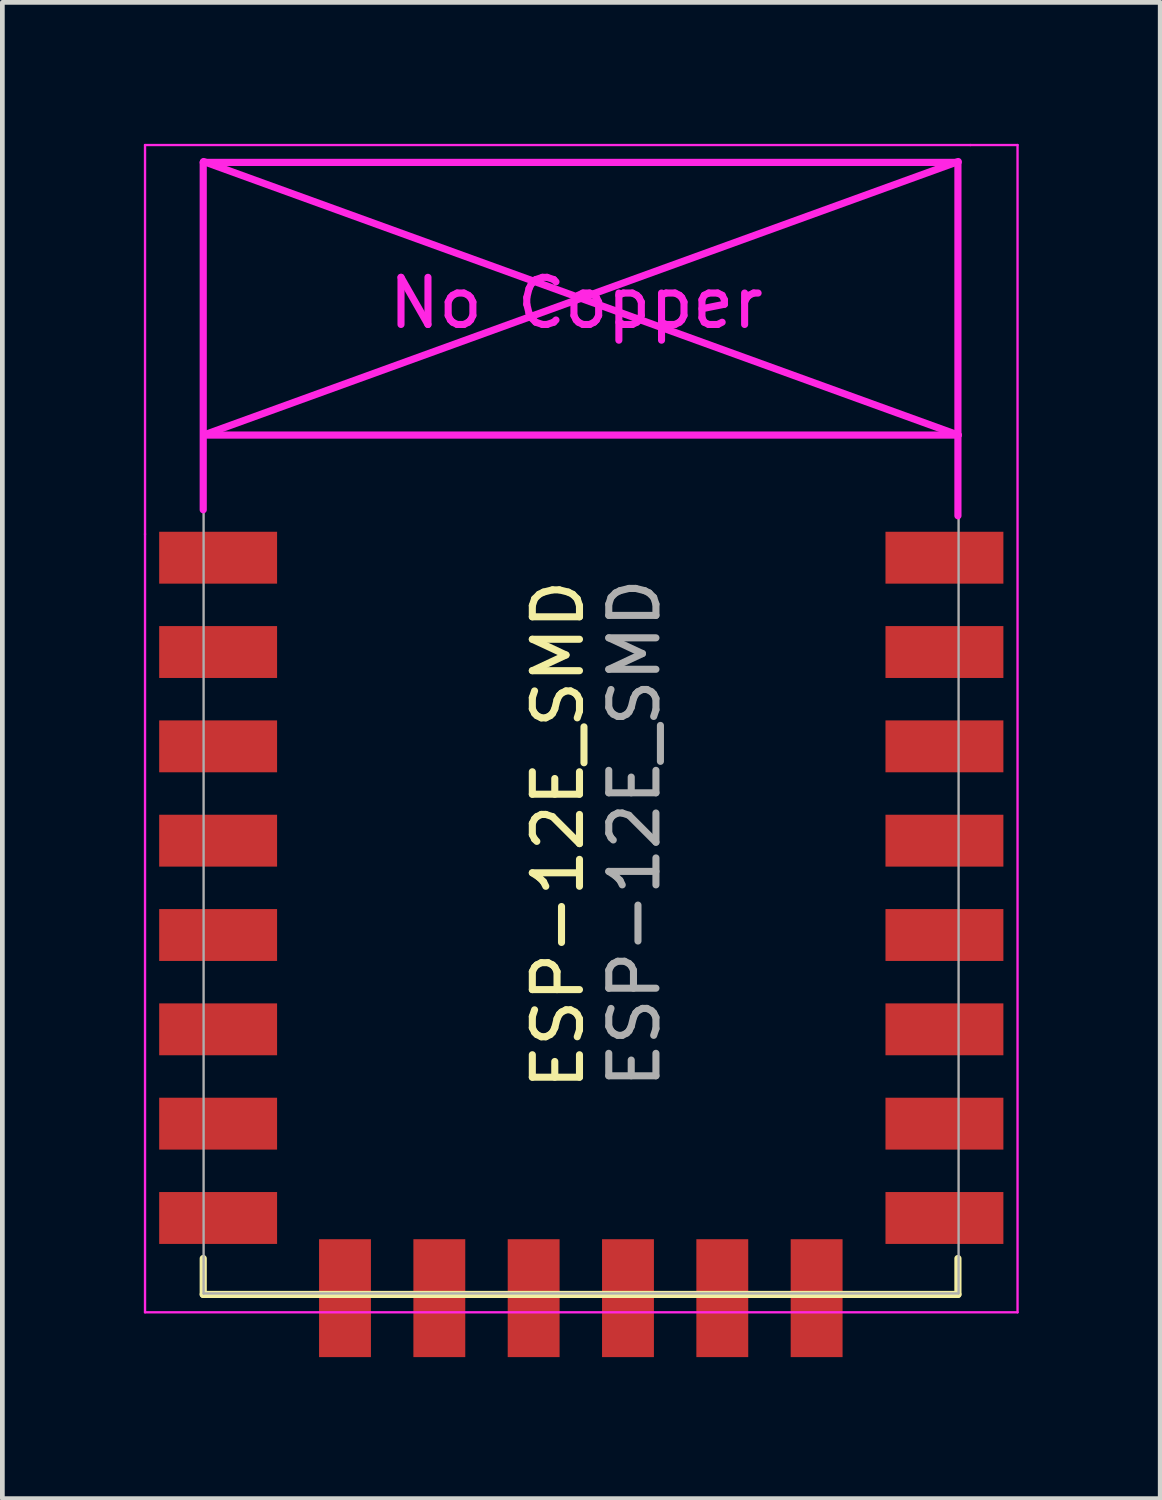
<source format=kicad_pcb>
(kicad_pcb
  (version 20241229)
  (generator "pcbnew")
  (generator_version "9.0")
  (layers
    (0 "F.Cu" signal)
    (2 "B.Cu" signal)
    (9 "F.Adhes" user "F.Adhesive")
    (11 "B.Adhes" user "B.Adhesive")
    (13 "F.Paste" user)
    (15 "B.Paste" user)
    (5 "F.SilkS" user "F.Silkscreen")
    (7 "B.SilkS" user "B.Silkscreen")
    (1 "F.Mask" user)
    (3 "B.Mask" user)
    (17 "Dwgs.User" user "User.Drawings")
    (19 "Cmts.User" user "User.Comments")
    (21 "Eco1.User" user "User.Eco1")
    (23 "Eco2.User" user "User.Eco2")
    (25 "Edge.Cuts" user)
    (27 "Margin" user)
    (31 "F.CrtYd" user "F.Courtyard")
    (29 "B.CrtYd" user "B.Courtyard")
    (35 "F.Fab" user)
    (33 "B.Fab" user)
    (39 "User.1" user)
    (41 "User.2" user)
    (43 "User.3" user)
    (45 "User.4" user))
  (footprint "ESP-12E_SMD"
    (layer "F.Cu")
    (at 2.275 8.775)
    (property "Reference" "ESP-12E_SMD" (at 6.507 5.872 90) (layer "F.SilkS") (effects (font (size 1 1) (thickness 0.15))))
    (attr through_hole)
    (fp_line (start -1.016 14.859) (end -1.016 15.621) (stroke (width 0.152) (type solid)) (layer "F.SilkS"))
    (fp_line (start -1.016 15.621) (end 14.986 15.621) (stroke (width 0.152) (type solid)) (layer "F.SilkS"))
    (fp_line (start 14.986 15.621) (end 14.986 14.859) (stroke (width 0.152) (type solid)) (layer "F.SilkS"))
    (fp_line (start -2.25 -8.75) (end 15.25 -8.75) (stroke (width 0.05) (type solid)) (layer "F.CrtYd"))
    (fp_line (start -2.25 -0.5) (end -2.25 -8.75) (stroke (width 0.05) (type solid)) (layer "F.CrtYd"))
    (fp_line (start -2.25 16) (end -2.25 -0.5) (stroke (width 0.05) (type solid)) (layer "F.CrtYd"))
    (fp_line (start -1.016 -8.382) (end -1.016 -1.016) (stroke (width 0.152) (type solid)) (layer "F.CrtYd"))
    (fp_line (start -1.016 -8.382) (end 14.986 -8.382) (stroke (width 0.152) (type solid)) (layer "F.CrtYd"))
    (fp_line (start -1.008 -8.4) (end 14.992 -2.6) (stroke (width 0.152) (type solid)) (layer "F.CrtYd"))
    (fp_line (start -1.008 -2.6) (end 14.992 -2.6) (stroke (width 0.152) (type solid)) (layer "F.CrtYd"))
    (fp_line (start 14.986 -8.382) (end 14.986 -0.889) (stroke (width 0.152) (type solid)) (layer "F.CrtYd"))
    (fp_line (start 14.992 -8.4) (end -1.008 -2.6) (stroke (width 0.152) (type solid)) (layer "F.CrtYd"))
    (fp_line (start 15.25 -8.75) (end 16.25 -8.75) (stroke (width 0.05) (type solid)) (layer "F.CrtYd"))
    (fp_line (start 16.25 -8.75) (end 16.25 16) (stroke (width 0.05) (type solid)) (layer "F.CrtYd"))
    (fp_line (start 16.25 16) (end -2.25 16) (stroke (width 0.05) (type solid)) (layer "F.CrtYd"))
    (fp_line (start -1.008 -8.4) (end 14.992 -8.4) (stroke (width 0.05) (type solid)) (layer "F.Fab"))
    (fp_line (start -1.008 15.6) (end -1.008 -8.4) (stroke (width 0.05) (type solid)) (layer "F.Fab"))
    (fp_line (start 14.992 15.6) (end -1.008 15.6) (stroke (width 0.05) (type solid)) (layer "F.Fab"))
    (fp_line (start 15 -8.4) (end 15 15.6) (stroke (width 0.05) (type solid)) (layer "F.Fab"))
    (fp_text user "No Copper" (at 6.892 -5.4 0) (layer "F.CrtYd") (effects (font (size 1 1) (thickness 0.15))))
    (fp_text user "${REFERENCE}" (at 8.128 5.842 270) (layer "F.Fab") (effects (font (size 1 1) (thickness 0.15))))
    (pad "1" smd rect (at 0 0) (size 2.5 1.1) (drill (offset -0.7 0)) (layers "F.Cu" "F.Mask" "F.Paste"))
    (pad "2" smd rect (at 0 2) (size 2.5 1.1) (drill (offset -0.7 0)) (layers "F.Cu" "F.Mask" "F.Paste"))
    (pad "3" smd rect (at 0 4) (size 2.5 1.1) (drill (offset -0.7 0)) (layers "F.Cu" "F.Mask" "F.Paste"))
    (pad "4" smd rect (at 0 6) (size 2.5 1.1) (drill (offset -0.7 0)) (layers "F.Cu" "F.Mask" "F.Paste"))
    (pad "5" smd rect (at 0 8) (size 2.5 1.1) (drill (offset -0.7 0)) (layers "F.Cu" "F.Mask" "F.Paste"))
    (pad "6" smd rect (at 0 10) (size 2.5 1.1) (drill (offset -0.7 0)) (layers "F.Cu" "F.Mask" "F.Paste"))
    (pad "7" smd rect (at 0 12) (size 2.5 1.1) (drill (offset -0.7 0)) (layers "F.Cu" "F.Mask" "F.Paste"))
    (pad "8" smd rect (at 0 14) (size 2.5 1.1) (drill (offset -0.7 0)) (layers "F.Cu" "F.Mask" "F.Paste"))
    (pad "9" smd rect (at 14 14) (size 2.5 1.1) (drill (offset 0.7 0)) (layers "F.Cu" "F.Mask" "F.Paste"))
    (pad "10" smd rect (at 14 12) (size 2.5 1.1) (drill (offset 0.7 0)) (layers "F.Cu" "F.Mask" "F.Paste"))
    (pad "11" smd rect (at 14 10) (size 2.5 1.1) (drill (offset 0.7 0)) (layers "F.Cu" "F.Mask" "F.Paste"))
    (pad "12" smd rect (at 14 8) (size 2.5 1.1) (drill (offset 0.7 0)) (layers "F.Cu" "F.Mask" "F.Paste"))
    (pad "13" smd rect (at 14 6) (size 2.5 1.1) (drill (offset 0.7 0)) (layers "F.Cu" "F.Mask" "F.Paste"))
    (pad "14" smd rect (at 14 4) (size 2.5 1.1) (drill (offset 0.7 0)) (layers "F.Cu" "F.Mask" "F.Paste"))
    (pad "15" smd rect (at 14 2) (size 2.5 1.1) (drill (offset 0.7 0)) (layers "F.Cu" "F.Mask" "F.Paste"))
    (pad "16" smd rect (at 14 0) (size 2.5 1.1) (drill (offset 0.7 0)) (layers "F.Cu" "F.Mask" "F.Paste"))
    (pad "17" smd rect (at 1.99 15 90) (size 2.5 1.1) (drill (offset -0.7 0)) (layers "F.Cu" "F.Mask" "F.Paste"))
    (pad "18" smd rect (at 3.99 15 90) (size 2.5 1.1) (drill (offset -0.7 0)) (layers "F.Cu" "F.Mask" "F.Paste"))
    (pad "19" smd rect (at 5.99 15 90) (size 2.5 1.1) (drill (offset -0.7 0)) (layers "F.Cu" "F.Mask" "F.Paste"))
    (pad "20" smd rect (at 7.99 15 90) (size 2.5 1.1) (drill (offset -0.7 0)) (layers "F.Cu" "F.Mask" "F.Paste"))
    (pad "21" smd rect (at 9.99 15 90) (size 2.5 1.1) (drill (offset -0.7 0)) (layers "F.Cu" "F.Mask" "F.Paste"))
    (pad "22" smd rect (at 11.99 15 90) (size 2.5 1.1) (drill (offset -0.7 0)) (layers "F.Cu" "F.Mask" "F.Paste")))
  (gr_rect
    (start -3 -3)
    (end 21.55 28.725)
    (stroke (width 0.1) (type default))
    (fill no)
    (layer "Edge.Cuts")))
</source>
